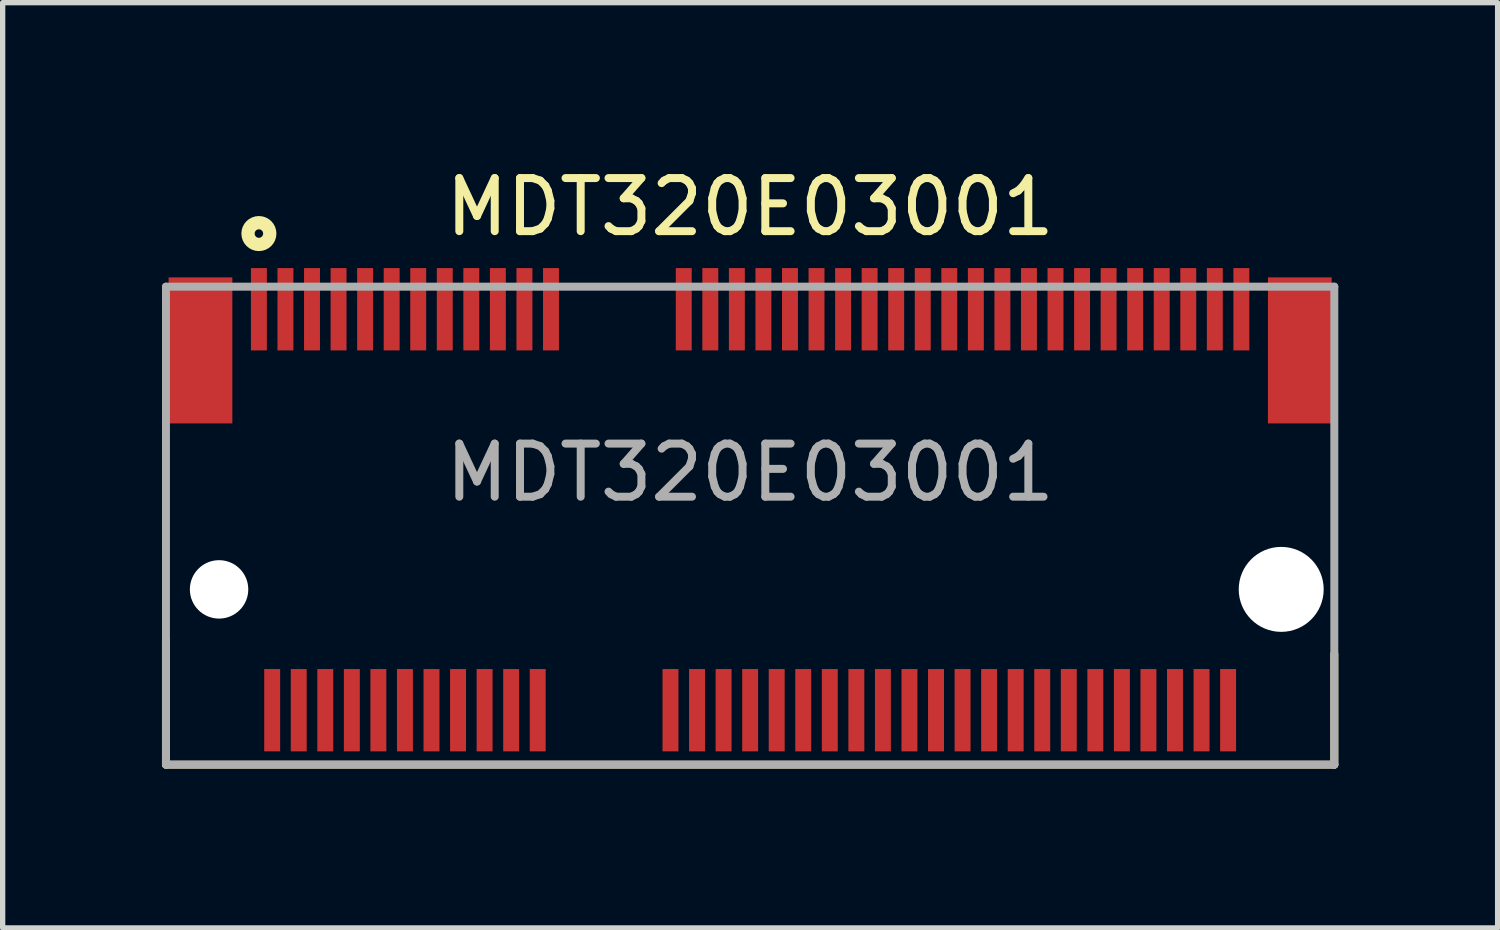
<source format=kicad_pcb>
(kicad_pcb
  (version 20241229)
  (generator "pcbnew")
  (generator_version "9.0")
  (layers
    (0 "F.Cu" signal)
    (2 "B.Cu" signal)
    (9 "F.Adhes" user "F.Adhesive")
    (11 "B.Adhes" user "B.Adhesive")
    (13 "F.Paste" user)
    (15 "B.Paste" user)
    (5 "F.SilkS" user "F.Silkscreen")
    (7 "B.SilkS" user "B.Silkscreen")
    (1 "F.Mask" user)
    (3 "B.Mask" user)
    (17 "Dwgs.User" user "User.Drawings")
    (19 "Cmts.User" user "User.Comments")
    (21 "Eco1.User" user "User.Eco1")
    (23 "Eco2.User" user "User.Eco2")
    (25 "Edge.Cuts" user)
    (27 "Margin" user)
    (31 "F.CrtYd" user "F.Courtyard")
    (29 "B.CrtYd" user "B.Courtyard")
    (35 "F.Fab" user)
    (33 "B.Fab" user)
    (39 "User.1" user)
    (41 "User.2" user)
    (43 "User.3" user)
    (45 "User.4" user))
  (footprint "MDT320E03001"
    (layer "F.Cu")
    (at 11.075 6.848)
    (property "Reference" "MDT320E03001" (at 0 -6 0) (layer "F.SilkS") (effects (font (size 1 1) (thickness 0.15))))
    (attr smd)
    (fp_line (start -11 4.5) (end -11 2.145) (stroke (width 0.15) (type solid)) (layer "F.SilkS"))
    (fp_line (start -11 4.5) (end 11 4.5) (stroke (width 0.15) (type solid)) (layer "F.SilkS"))
    (fp_line (start 11 4.5) (end 11 2.415) (stroke (width 0.15) (type solid)) (layer "F.SilkS"))
    (fp_circle (center -9.25 -5.5) (end -9.17 -5.5) (stroke (width 0.25) (type solid)) (fill no) (layer "F.SilkS"))
    (fp_line (start -11 -4.5) (end 11 -4.5) (stroke (width 0.15) (type solid)) (layer "F.Fab"))
    (fp_line (start -11 4.5) (end -11 -4.5) (stroke (width 0.15) (type solid)) (layer "F.Fab"))
    (fp_line (start 11 -4.5) (end 11 4.5) (stroke (width 0.15) (type solid)) (layer "F.Fab"))
    (fp_line (start 11 4.5) (end -11 4.5) (stroke (width 0.15) (type solid)) (layer "F.Fab"))
    (fp_text user "${REFERENCE}" (at 0 -1 0) (layer "F.Fab") (effects (font (size 1 1) (thickness 0.15))))
    (pad "" smd rect (at -10.35 -3.3) (size 1.2 2.75) (layers "F.Cu" "F.Mask" "F.Paste"))
    (pad "" np_thru_hole circle (at -10 1.2 90) (size 1.1 1.1) (drill 1.1) (layers "*.Cu" "*.Mask"))
    (pad "" np_thru_hole circle (at 10 1.2 90) (size 1.6 1.6) (drill 1.6) (layers "*.Cu" "*.Mask"))
    (pad "" smd rect (at 10.35 -3.3) (size 1.2 2.75) (layers "F.Cu" "F.Mask" "F.Paste"))
    (pad "1" smd rect (at -9.25 -4.075) (size 0.3 1.55) (layers "F.Cu" "F.Mask" "F.Paste"))
    (pad "2" smd rect (at -9 3.475) (size 0.3 1.55) (layers "F.Cu" "F.Mask" "F.Paste"))
    (pad "3" smd rect (at -8.75 -4.075) (size 0.3 1.55) (layers "F.Cu" "F.Mask" "F.Paste"))
    (pad "4" smd rect (at -8.5 3.475) (size 0.3 1.55) (layers "F.Cu" "F.Mask" "F.Paste"))
    (pad "5" smd rect (at -8.25 -4.075) (size 0.3 1.55) (layers "F.Cu" "F.Mask" "F.Paste"))
    (pad "6" smd rect (at -8 3.475) (size 0.3 1.55) (layers "F.Cu" "F.Mask" "F.Paste"))
    (pad "7" smd rect (at -7.75 -4.075) (size 0.3 1.55) (layers "F.Cu" "F.Mask" "F.Paste"))
    (pad "8" smd rect (at -7.5 3.475) (size 0.3 1.55) (layers "F.Cu" "F.Mask" "F.Paste"))
    (pad "9" smd rect (at -7.25 -4.075) (size 0.3 1.55) (layers "F.Cu" "F.Mask" "F.Paste"))
    (pad "10" smd rect (at -7 3.475) (size 0.3 1.55) (layers "F.Cu" "F.Mask" "F.Paste"))
    (pad "11" smd rect (at -6.75 -4.075) (size 0.3 1.55) (layers "F.Cu" "F.Mask" "F.Paste"))
    (pad "12" smd rect (at -6.5 3.475) (size 0.3 1.55) (layers "F.Cu" "F.Mask" "F.Paste"))
    (pad "13" smd rect (at -6.25 -4.075) (size 0.3 1.55) (layers "F.Cu" "F.Mask" "F.Paste"))
    (pad "14" smd rect (at -6 3.475) (size 0.3 1.55) (layers "F.Cu" "F.Mask" "F.Paste"))
    (pad "15" smd rect (at -5.75 -4.075) (size 0.3 1.55) (layers "F.Cu" "F.Mask" "F.Paste"))
    (pad "16" smd rect (at -5.5 3.475) (size 0.3 1.55) (layers "F.Cu" "F.Mask" "F.Paste"))
    (pad "17" smd rect (at -5.25 -4.075) (size 0.3 1.55) (layers "F.Cu" "F.Mask" "F.Paste"))
    (pad "18" smd rect (at -5 3.475) (size 0.3 1.55) (layers "F.Cu" "F.Mask" "F.Paste"))
    (pad "19" smd rect (at -4.75 -4.075) (size 0.3 1.55) (layers "F.Cu" "F.Mask" "F.Paste"))
    (pad "20" smd rect (at -4.5 3.475) (size 0.3 1.55) (layers "F.Cu" "F.Mask" "F.Paste"))
    (pad "21" smd rect (at -4.25 -4.075) (size 0.3 1.55) (layers "F.Cu" "F.Mask" "F.Paste"))
    (pad "22" smd rect (at -4 3.475) (size 0.3 1.55) (layers "F.Cu" "F.Mask" "F.Paste"))
    (pad "23" smd rect (at -3.75 -4.075) (size 0.3 1.55) (layers "F.Cu" "F.Mask" "F.Paste"))
    (pad "32" smd rect (at -1.5 3.475) (size 0.3 1.55) (layers "F.Cu" "F.Mask" "F.Paste"))
    (pad "33" smd rect (at -1.25 -4.075) (size 0.3 1.55) (layers "F.Cu" "F.Mask" "F.Paste"))
    (pad "34" smd rect (at -1 3.475) (size 0.3 1.55) (layers "F.Cu" "F.Mask" "F.Paste"))
    (pad "35" smd rect (at -0.75 -4.075) (size 0.3 1.55) (layers "F.Cu" "F.Mask" "F.Paste"))
    (pad "36" smd rect (at -0.5 3.475) (size 0.3 1.55) (layers "F.Cu" "F.Mask" "F.Paste"))
    (pad "37" smd rect (at -0.25 -4.075) (size 0.3 1.55) (layers "F.Cu" "F.Mask" "F.Paste"))
    (pad "38" smd rect (at 0 3.475) (size 0.3 1.55) (layers "F.Cu" "F.Mask" "F.Paste"))
    (pad "39" smd rect (at 0.25 -4.075) (size 0.3 1.55) (layers "F.Cu" "F.Mask" "F.Paste"))
    (pad "40" smd rect (at 0.5 3.475) (size 0.3 1.55) (layers "F.Cu" "F.Mask" "F.Paste"))
    (pad "41" smd rect (at 0.75 -4.075) (size 0.3 1.55) (layers "F.Cu" "F.Mask" "F.Paste"))
    (pad "42" smd rect (at 1 3.475) (size 0.3 1.55) (layers "F.Cu" "F.Mask" "F.Paste"))
    (pad "43" smd rect (at 1.25 -4.075) (size 0.3 1.55) (layers "F.Cu" "F.Mask" "F.Paste"))
    (pad "44" smd rect (at 1.5 3.475) (size 0.3 1.55) (layers "F.Cu" "F.Mask" "F.Paste"))
    (pad "45" smd rect (at 1.75 -4.075) (size 0.3 1.55) (layers "F.Cu" "F.Mask" "F.Paste"))
    (pad "46" smd rect (at 2 3.475) (size 0.3 1.55) (layers "F.Cu" "F.Mask" "F.Paste"))
    (pad "47" smd rect (at 2.25 -4.075) (size 0.3 1.55) (layers "F.Cu" "F.Mask" "F.Paste"))
    (pad "48" smd rect (at 2.5 3.475) (size 0.3 1.55) (layers "F.Cu" "F.Mask" "F.Paste"))
    (pad "49" smd rect (at 2.75 -4.075) (size 0.3 1.55) (layers "F.Cu" "F.Mask" "F.Paste"))
    (pad "50" smd rect (at 3 3.475) (size 0.3 1.55) (layers "F.Cu" "F.Mask" "F.Paste"))
    (pad "51" smd rect (at 3.25 -4.075) (size 0.3 1.55) (layers "F.Cu" "F.Mask" "F.Paste"))
    (pad "52" smd rect (at 3.5 3.475) (size 0.3 1.55) (layers "F.Cu" "F.Mask" "F.Paste"))
    (pad "53" smd rect (at 3.75 -4.075) (size 0.3 1.55) (layers "F.Cu" "F.Mask" "F.Paste"))
    (pad "54" smd rect (at 4 3.475) (size 0.3 1.55) (layers "F.Cu" "F.Mask" "F.Paste"))
    (pad "55" smd rect (at 4.25 -4.075) (size 0.3 1.55) (layers "F.Cu" "F.Mask" "F.Paste"))
    (pad "56" smd rect (at 4.5 3.475) (size 0.3 1.55) (layers "F.Cu" "F.Mask" "F.Paste"))
    (pad "57" smd rect (at 4.75 -4.075) (size 0.3 1.55) (layers "F.Cu" "F.Mask" "F.Paste"))
    (pad "58" smd rect (at 5 3.475) (size 0.3 1.55) (layers "F.Cu" "F.Mask" "F.Paste"))
    (pad "59" smd rect (at 5.25 -4.075) (size 0.3 1.55) (layers "F.Cu" "F.Mask" "F.Paste"))
    (pad "60" smd rect (at 5.5 3.475) (size 0.3 1.55) (layers "F.Cu" "F.Mask" "F.Paste"))
    (pad "61" smd rect (at 5.75 -4.075) (size 0.3 1.55) (layers "F.Cu" "F.Mask" "F.Paste"))
    (pad "62" smd rect (at 6 3.475) (size 0.3 1.55) (layers "F.Cu" "F.Mask" "F.Paste"))
    (pad "63" smd rect (at 6.25 -4.075) (size 0.3 1.55) (layers "F.Cu" "F.Mask" "F.Paste"))
    (pad "64" smd rect (at 6.5 3.475) (size 0.3 1.55) (layers "F.Cu" "F.Mask" "F.Paste"))
    (pad "65" smd rect (at 6.75 -4.075) (size 0.3 1.55) (layers "F.Cu" "F.Mask" "F.Paste"))
    (pad "66" smd rect (at 7 3.475) (size 0.3 1.55) (layers "F.Cu" "F.Mask" "F.Paste"))
    (pad "67" smd rect (at 7.25 -4.075) (size 0.3 1.55) (layers "F.Cu" "F.Mask" "F.Paste"))
    (pad "68" smd rect (at 7.5 3.475) (size 0.3 1.55) (layers "F.Cu" "F.Mask" "F.Paste"))
    (pad "69" smd rect (at 7.75 -4.075) (size 0.3 1.55) (layers "F.Cu" "F.Mask" "F.Paste"))
    (pad "70" smd rect (at 8 3.475) (size 0.3 1.55) (layers "F.Cu" "F.Mask" "F.Paste"))
    (pad "71" smd rect (at 8.25 -4.075) (size 0.3 1.55) (layers "F.Cu" "F.Mask" "F.Paste"))
    (pad "72" smd rect (at 8.5 3.475) (size 0.3 1.55) (layers "F.Cu" "F.Mask" "F.Paste"))
    (pad "73" smd rect (at 8.75 -4.075) (size 0.3 1.55) (layers "F.Cu" "F.Mask" "F.Paste"))
    (pad "74" smd rect (at 9 3.475) (size 0.3 1.55) (layers "F.Cu" "F.Mask" "F.Paste"))
    (pad "75" smd rect (at 9.25 -4.075) (size 0.3 1.55) (layers "F.Cu" "F.Mask" "F.Paste")))
  (gr_rect
    (start -3 -3)
    (end 25.15 14.423)
    (stroke (width 0.1) (type default))
    (fill no)
    (layer "Edge.Cuts")))
</source>
